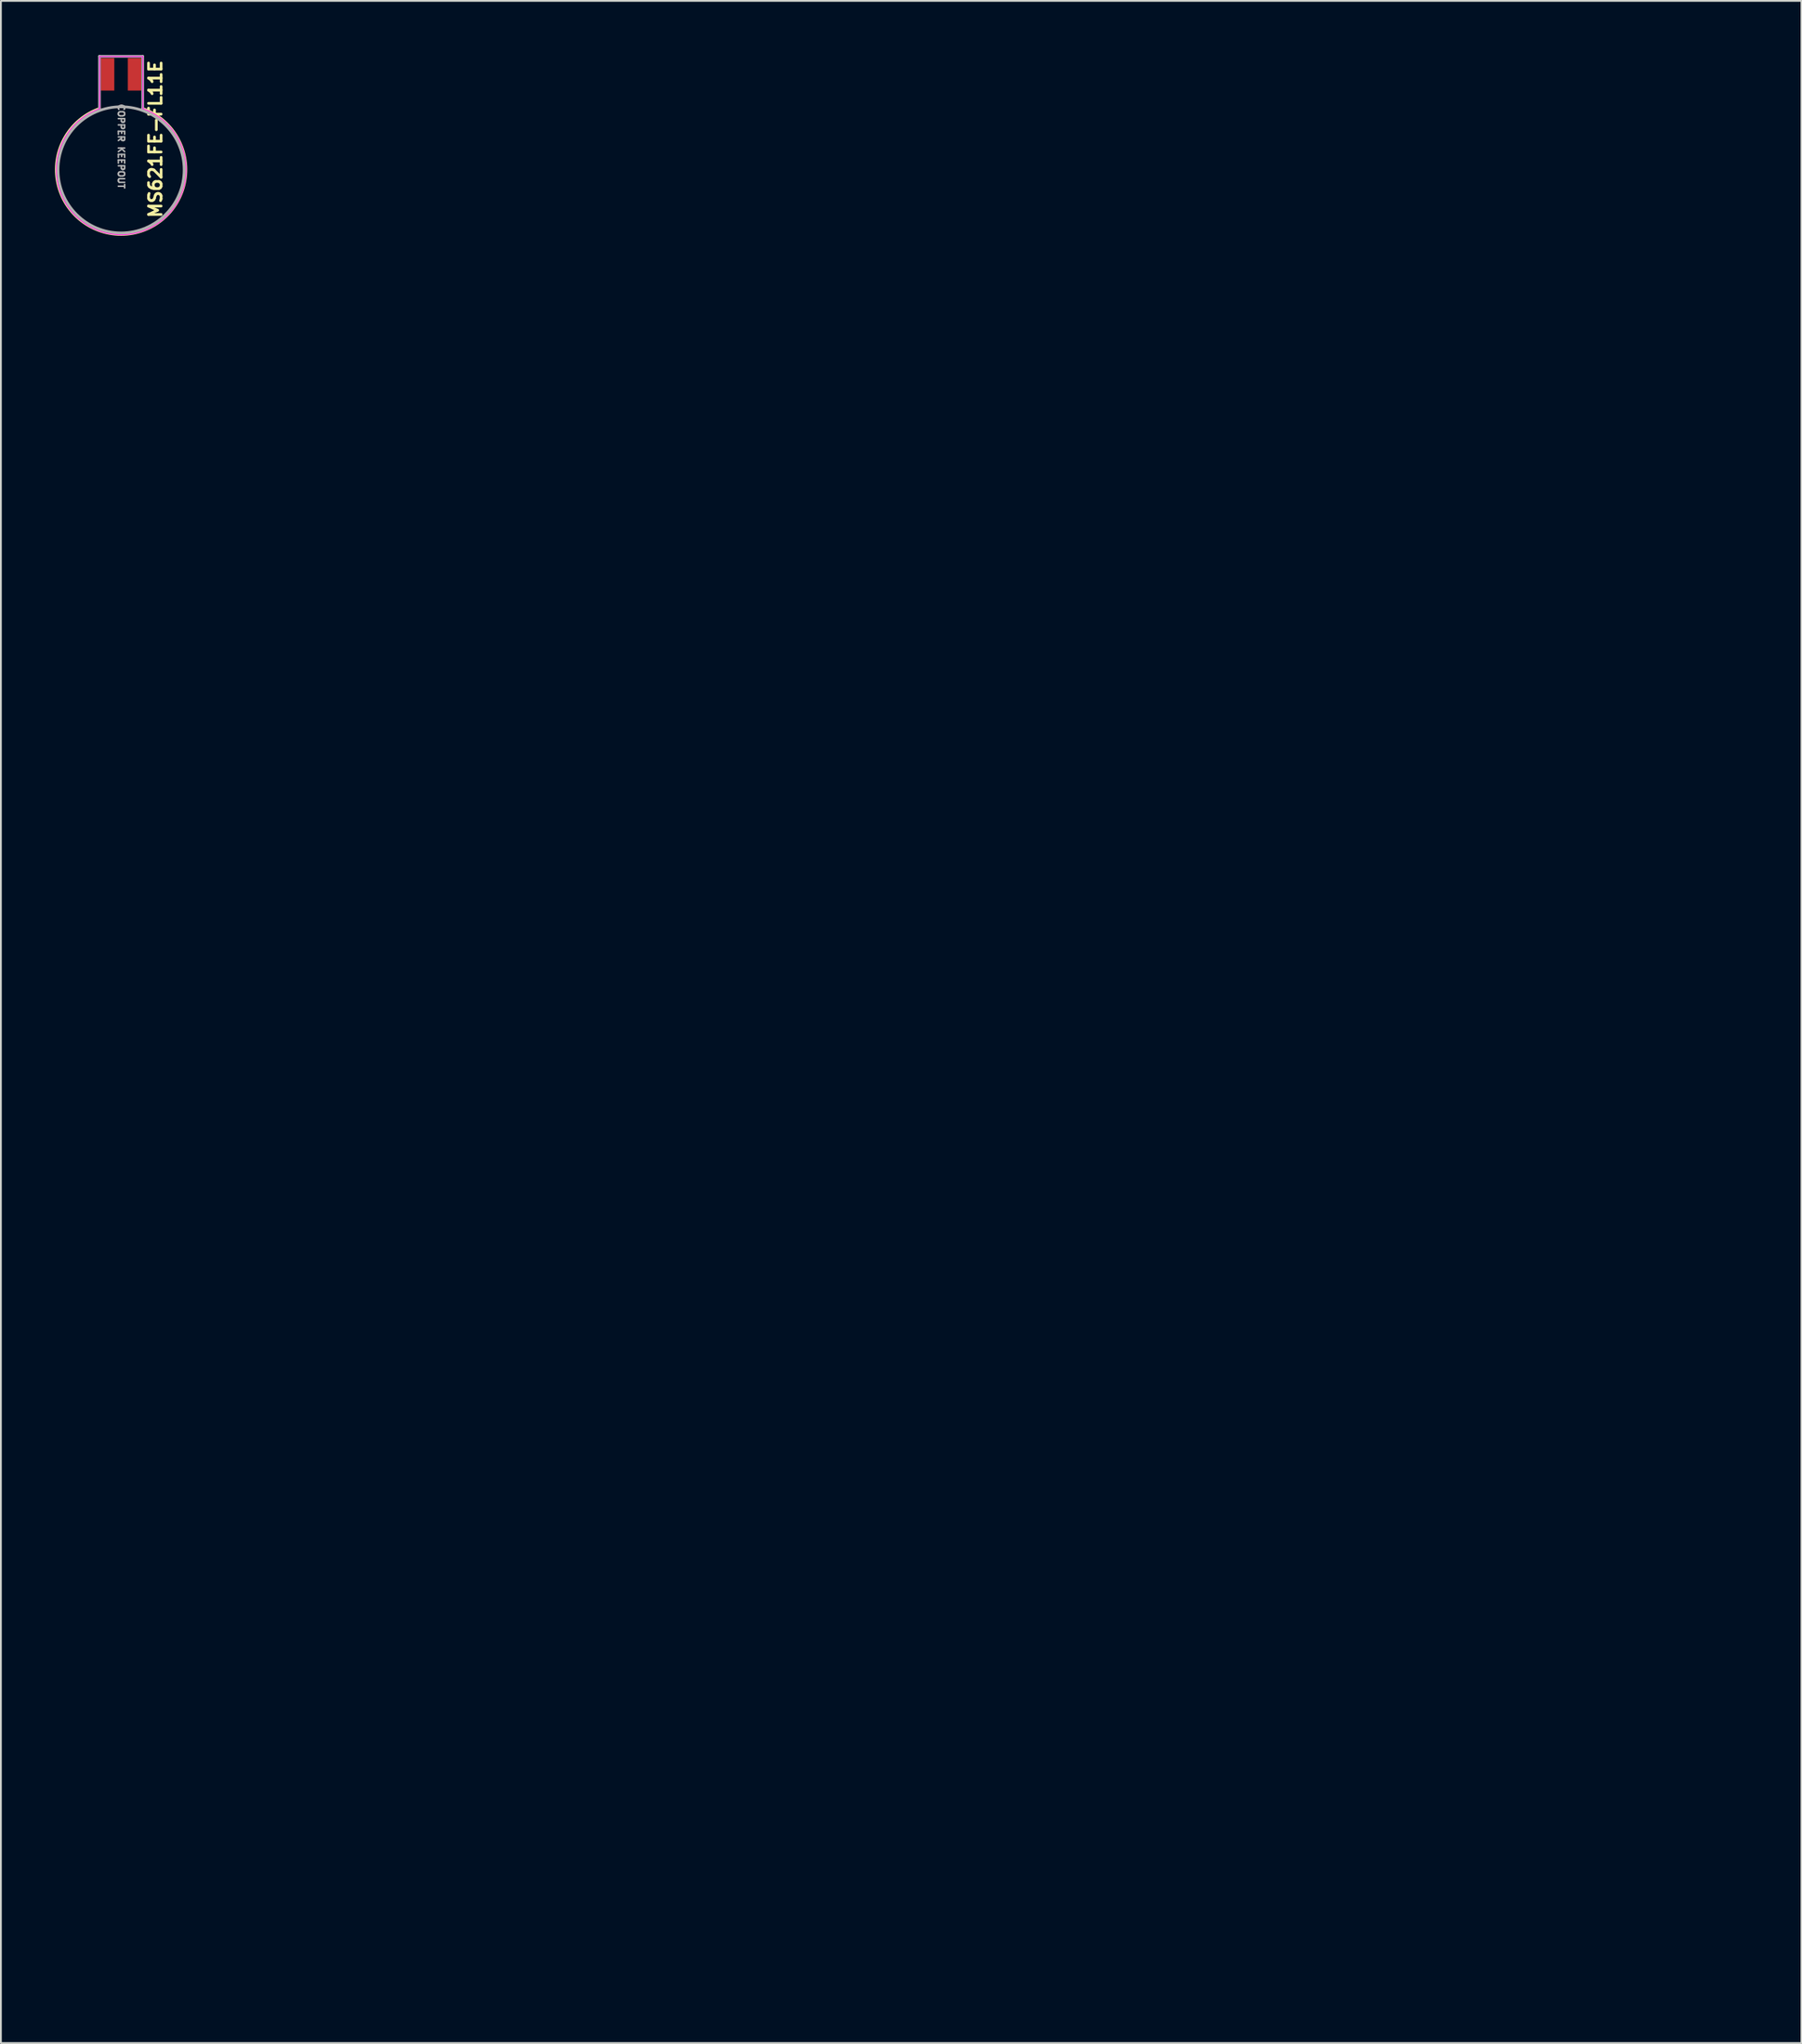
<source format=kicad_pcb>
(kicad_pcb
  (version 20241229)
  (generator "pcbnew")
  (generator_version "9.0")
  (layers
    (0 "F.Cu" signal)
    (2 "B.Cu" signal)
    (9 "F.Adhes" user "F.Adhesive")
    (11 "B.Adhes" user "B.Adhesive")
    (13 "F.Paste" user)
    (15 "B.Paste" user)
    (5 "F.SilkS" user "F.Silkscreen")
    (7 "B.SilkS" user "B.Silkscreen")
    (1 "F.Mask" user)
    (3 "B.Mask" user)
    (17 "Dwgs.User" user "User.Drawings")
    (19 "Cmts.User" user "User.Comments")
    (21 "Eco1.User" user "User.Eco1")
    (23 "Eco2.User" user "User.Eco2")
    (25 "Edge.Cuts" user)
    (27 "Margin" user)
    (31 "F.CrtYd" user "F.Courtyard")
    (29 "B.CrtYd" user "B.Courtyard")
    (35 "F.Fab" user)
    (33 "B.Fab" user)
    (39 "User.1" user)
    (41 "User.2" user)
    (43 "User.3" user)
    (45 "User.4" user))
  (footprint "MS621FE-FL11E"
    (layer "F.Cu")
    (at 3.67 5.124)
    (property "Reference" "MS621FE-FL11E" (at 2.315 -4.907 270) (layer "F.SilkS") (effects (font (size 0.7 0.7) (thickness 0.15)) (justify right bottom)))
    (attr smd)
    (fp_arc (start 1.2 -2.15) (mid 0 4.834) (end -1.2 -2.15) (stroke (width 0.15) (type solid)) (layer "F.SilkS"))
    (fp_line (start -1.191 -5.038) (end -1.191 -2.148) (stroke (width 0.05) (type solid)) (layer "F.CrtYd"))
    (fp_line (start 1.209 -5.038) (end -1.191 -5.038) (stroke (width 0.05) (type solid)) (layer "F.CrtYd"))
    (fp_line (start 1.209 -5.038) (end 1.209 -2.148) (stroke (width 0.05) (type solid)) (layer "F.CrtYd"))
    (fp_arc (start 1.209 -2.148) (mid 0.009 4.852014) (end -1.191 -2.148) (stroke (width 0.05) (type solid)) (layer "F.CrtYd"))
    (fp_line (start -1.2 -5.049) (end -1.2 -2.15) (stroke (width 0.15) (type solid)) (layer "F.Fab"))
    (fp_line (start 1.2 -5.049) (end -1.2 -5.049) (stroke (width 0.15) (type solid)) (layer "F.Fab"))
    (fp_line (start 1.2 -5.049) (end 1.2 -2.15) (stroke (width 0.15) (type solid)) (layer "F.Fab"))
    (fp_circle (center -0.001 1.25) (end -0.001 -2.25) (stroke (width 0.15) (type solid)) (fill no) (layer "F.Fab"))
    (fp_rect (start -3.4 -4.651) (end 3.398 4.648) (stroke (width 0.1) (type solid)) (fill no) (layer "User.5"))
    (fp_line (start -3.4 1.29) (end -3.395 1.443) (stroke (width 0.02) (type solid)) (layer "User.9"))
    (fp_line (start -3.399 1.136) (end -3.4 1.29) (stroke (width 0.02) (type solid)) (layer "User.9"))
    (fp_line (start -3.395 1.443) (end -3.383 1.598) (stroke (width 0.02) (type solid)) (layer "User.9"))
    (fp_line (start -3.391 0.983) (end -3.399 1.136) (stroke (width 0.02) (type solid)) (layer "User.9"))
    (fp_line (start -3.383 1.598) (end -3.363 1.755) (stroke (width 0.02) (type solid)) (layer "User.9"))
    (fp_line (start -3.375 0.832) (end -3.391 0.983) (stroke (width 0.02) (type solid)) (layer "User.9"))
    (fp_line (start -3.363 1.755) (end -3.363 1.755) (stroke (width 0.02) (type solid)) (layer "User.9"))
    (fp_line (start -3.363 1.755) (end -3.336 1.91) (stroke (width 0.02) (type solid)) (layer "User.9"))
    (fp_line (start -3.355 0.684) (end -3.375 0.832) (stroke (width 0.02) (type solid)) (layer "User.9"))
    (fp_line (start -3.336 1.91) (end -3.302 2.061) (stroke (width 0.02) (type solid)) (layer "User.9"))
    (fp_line (start -3.326 0.536) (end -3.355 0.684) (stroke (width 0.02) (type solid)) (layer "User.9"))
    (fp_line (start -3.302 2.061) (end -3.262 2.21) (stroke (width 0.02) (type solid)) (layer "User.9"))
    (fp_line (start -3.291 0.39) (end -3.326 0.536) (stroke (width 0.02) (type solid)) (layer "User.9"))
    (fp_line (start -3.262 2.21) (end -3.215 2.357) (stroke (width 0.02) (type solid)) (layer "User.9"))
    (fp_line (start -3.25 0.246) (end -3.291 0.39) (stroke (width 0.02) (type solid)) (layer "User.9"))
    (fp_line (start -3.215 2.357) (end -3.164 2.499) (stroke (width 0.02) (type solid)) (layer "User.9"))
    (fp_line (start -3.202 0.104) (end -3.25 0.246) (stroke (width 0.02) (type solid)) (layer "User.9"))
    (fp_line (start -3.164 2.499) (end -3.105 2.64) (stroke (width 0.02) (type solid)) (layer "User.9"))
    (fp_line (start -3.149 -0.035) (end -3.202 0.104) (stroke (width 0.02) (type solid)) (layer "User.9"))
    (fp_line (start -3.105 2.64) (end -3.04 2.776) (stroke (width 0.02) (type solid)) (layer "User.9"))
    (fp_line (start -3.09 -0.171) (end -3.149 -0.035) (stroke (width 0.02) (type solid)) (layer "User.9"))
    (fp_line (start -3.04 2.776) (end -2.968 2.909) (stroke (width 0.02) (type solid)) (layer "User.9"))
    (fp_line (start -3.025 -0.303) (end -3.09 -0.171) (stroke (width 0.02) (type solid)) (layer "User.9"))
    (fp_line (start -2.968 2.909) (end -2.892 3.038) (stroke (width 0.02) (type solid)) (layer "User.9"))
    (fp_line (start -2.956 -0.434) (end -3.025 -0.303) (stroke (width 0.02) (type solid)) (layer "User.9"))
    (fp_line (start -2.892 3.038) (end -2.811 3.164) (stroke (width 0.02) (type solid)) (layer "User.9"))
    (fp_line (start -2.879 -0.562) (end -2.956 -0.434) (stroke (width 0.02) (type solid)) (layer "User.9"))
    (fp_line (start -2.811 3.164) (end -2.725 3.285) (stroke (width 0.02) (type solid)) (layer "User.9"))
    (fp_line (start -2.798 -0.686) (end -2.879 -0.562) (stroke (width 0.02) (type solid)) (layer "User.9"))
    (fp_line (start -2.725 3.285) (end -2.633 3.402) (stroke (width 0.02) (type solid)) (layer "User.9"))
    (fp_line (start -2.71 -0.806) (end -2.798 -0.686) (stroke (width 0.02) (type solid)) (layer "User.9"))
    (fp_line (start -2.633 3.402) (end -2.536 3.515) (stroke (width 0.02) (type solid)) (layer "User.9"))
    (fp_line (start -2.618 -0.922) (end -2.71 -0.806) (stroke (width 0.02) (type solid)) (layer "User.9"))
    (fp_line (start -2.536 3.515) (end -2.436 3.623) (stroke (width 0.02) (type solid)) (layer "User.9"))
    (fp_line (start -2.521 -1.033) (end -2.618 -0.922) (stroke (width 0.02) (type solid)) (layer "User.9"))
    (fp_line (start -2.436 3.623) (end -2.33 3.726) (stroke (width 0.02) (type solid)) (layer "User.9"))
    (fp_line (start -2.419 -1.141) (end -2.521 -1.033) (stroke (width 0.02) (type solid)) (layer "User.9"))
    (fp_line (start -2.33 3.726) (end -2.219 3.825) (stroke (width 0.02) (type solid)) (layer "User.9"))
    (fp_line (start -2.311 -1.246) (end -2.419 -1.141) (stroke (width 0.02) (type solid)) (layer "User.9"))
    (fp_line (start -2.219 3.825) (end -2.105 3.919) (stroke (width 0.02) (type solid)) (layer "User.9"))
    (fp_line (start -2.201 -1.345) (end -2.311 -1.246) (stroke (width 0.02) (type solid)) (layer "User.9"))
    (fp_line (start -2.105 3.919) (end -1.986 4.009) (stroke (width 0.02) (type solid)) (layer "User.9"))
    (fp_line (start -2.084 -1.44) (end -2.201 -1.345) (stroke (width 0.02) (type solid)) (layer "User.9"))
    (fp_line (start -1.986 4.009) (end -1.865 4.094) (stroke (width 0.02) (type solid)) (layer "User.9"))
    (fp_line (start -1.962 -1.528) (end -2.084 -1.44) (stroke (width 0.02) (type solid)) (layer "User.9"))
    (fp_line (start -1.865 4.094) (end -1.738 4.171) (stroke (width 0.02) (type solid)) (layer "User.9"))
    (fp_line (start -1.837 -1.613) (end -1.962 -1.528) (stroke (width 0.02) (type solid)) (layer "User.9"))
    (fp_line (start -1.738 4.171) (end -1.609 4.246) (stroke (width 0.02) (type solid)) (layer "User.9"))
    (fp_line (start -1.708 -1.692) (end -1.837 -1.613) (stroke (width 0.02) (type solid)) (layer "User.9"))
    (fp_line (start -1.609 4.246) (end -1.476 4.312) (stroke (width 0.02) (type solid)) (layer "User.9"))
    (fp_line (start -1.575 -1.766) (end -1.708 -1.692) (stroke (width 0.02) (type solid)) (layer "User.9"))
    (fp_line (start -1.476 4.312) (end -1.339 4.374) (stroke (width 0.02) (type solid)) (layer "User.9"))
    (fp_line (start -1.436 -1.833) (end -1.575 -1.766) (stroke (width 0.02) (type solid)) (layer "User.9"))
    (fp_line (start -1.339 4.374) (end -1.2 4.43) (stroke (width 0.02) (type solid)) (layer "User.9"))
    (fp_line (start -1.295 -1.895) (end -1.436 -1.833) (stroke (width 0.02) (type solid)) (layer "User.9"))
    (fp_line (start -1.2 4.43) (end -1.059 4.48) (stroke (width 0.02) (type solid)) (layer "User.9"))
    (fp_line (start -1.149 -1.952) (end -1.295 -1.895) (stroke (width 0.02) (type solid)) (layer "User.9"))
    (fp_line (start -1.059 4.48) (end -0.915 4.525) (stroke (width 0.02) (type solid)) (layer "User.9"))
    (fp_line (start -1.002 -4.651) (end -1.002 -2.552) (stroke (width 0.02) (type solid)) (layer "User.9"))
    (fp_line (start -1.002 -2.552) (end -1.002 -2.456) (stroke (width 0.02) (type solid)) (layer "User.9"))
    (fp_line (start -1.002 -2.552) (end -0.501 -2.552) (stroke (width 0.02) (type solid)) (layer "User.9"))
    (fp_line (start -1.002 -2.456) (end -1.002 -2.456) (stroke (width 0.02) (type solid)) (layer "User.9"))
    (fp_line (start -1.002 -2.456) (end -1.002 -2.226) (stroke (width 0.02) (type solid)) (layer "User.9"))
    (fp_line (start -1.002 -2.226) (end -1.002 2.249) (stroke (width 0.02) (type solid)) (layer "User.9"))
    (fp_line (start -1.002 -2) (end -1.149 -1.952) (stroke (width 0.02) (type solid)) (layer "User.9"))
    (fp_line (start -1.002 2.249) (end 0.998 2.249) (stroke (width 0.02) (type solid)) (layer "User.9"))
    (fp_line (start -0.915 4.525) (end -0.767 4.562) (stroke (width 0.02) (type solid)) (layer "User.9"))
    (fp_line (start -0.767 4.562) (end -0.618 4.592) (stroke (width 0.02) (type solid)) (layer "User.9"))
    (fp_line (start -0.618 4.592) (end -0.467 4.618) (stroke (width 0.02) (type solid)) (layer "User.9"))
    (fp_line (start -0.501 -4.651) (end -1.002 -4.651) (stroke (width 0.02) (type solid)) (layer "User.9"))
    (fp_line (start -0.501 -2.552) (end -0.501 -4.651) (stroke (width 0.02) (type solid)) (layer "User.9"))
    (fp_line (start -0.467 4.618) (end -0.313 4.634) (stroke (width 0.02) (type solid)) (layer "User.9"))
    (fp_line (start -0.313 4.634) (end -0.157 4.645) (stroke (width 0.02) (type solid)) (layer "User.9"))
    (fp_line (start -0.157 4.645) (end -0.001 4.648) (stroke (width 0.02) (type solid)) (layer "User.9"))
    (fp_line (start -0.001 4.648) (end 0.174 4.645) (stroke (width 0.02) (type solid)) (layer "User.9"))
    (fp_line (start 0.174 4.645) (end 0.347 4.631) (stroke (width 0.02) (type solid)) (layer "User.9"))
    (fp_line (start 0.347 4.631) (end 0.517 4.61) (stroke (width 0.02) (type solid)) (layer "User.9"))
    (fp_line (start 0.498 -4.651) (end 0.498 -2.552) (stroke (width 0.02) (type solid)) (layer "User.9"))
    (fp_line (start 0.498 -2.552) (end 0.998 -2.552) (stroke (width 0.02) (type solid)) (layer "User.9"))
    (fp_line (start 0.517 4.61) (end 0.685 4.579) (stroke (width 0.02) (type solid)) (layer "User.9"))
    (fp_line (start 0.685 4.579) (end 0.848 4.541) (stroke (width 0.02) (type solid)) (layer "User.9"))
    (fp_line (start 0.848 4.541) (end 1.011 4.496) (stroke (width 0.02) (type solid)) (layer "User.9"))
    (fp_line (start 0.998 -4.651) (end 0.498 -4.651) (stroke (width 0.02) (type solid)) (layer "User.9"))
    (fp_line (start 0.998 -2.552) (end -1.002 -2.552) (stroke (width 0.02) (type solid)) (layer "User.9"))
    (fp_line (start 0.998 -2.552) (end 0.998 -4.651) (stroke (width 0.02) (type solid)) (layer "User.9"))
    (fp_line (start 0.998 -2.456) (end 0.998 -2.552) (stroke (width 0.02) (type solid)) (layer "User.9"))
    (fp_line (start 0.998 -2.456) (end 0.998 -2.456) (stroke (width 0.02) (type solid)) (layer "User.9"))
    (fp_line (start 0.998 -2.226) (end 0.998 -2.456) (stroke (width 0.02) (type solid)) (layer "User.9"))
    (fp_line (start 0.998 2.249) (end 0.998 -2.226) (stroke (width 0.02) (type solid)) (layer "User.9"))
    (fp_line (start 1.011 4.496) (end 1.169 4.443) (stroke (width 0.02) (type solid)) (layer "User.9"))
    (fp_line (start 1.132 -1.956) (end 0.998 -2) (stroke (width 0.02) (type solid)) (layer "User.9"))
    (fp_line (start 1.169 4.443) (end 1.322 4.381) (stroke (width 0.02) (type solid)) (layer "User.9"))
    (fp_line (start 1.261 -1.909) (end 1.132 -1.956) (stroke (width 0.02) (type solid)) (layer "User.9"))
    (fp_line (start 1.322 4.381) (end 1.473 4.313) (stroke (width 0.02) (type solid)) (layer "User.9"))
    (fp_line (start 1.473 4.313) (end 1.62 4.238) (stroke (width 0.02) (type solid)) (layer "User.9"))
    (fp_line (start 1.511 -1.797) (end 1.261 -1.909) (stroke (width 0.02) (type solid)) (layer "User.9"))
    (fp_line (start 1.62 4.238) (end 1.763 4.156) (stroke (width 0.02) (type solid)) (layer "User.9"))
    (fp_line (start 1.751 -1.666) (end 1.511 -1.797) (stroke (width 0.02) (type solid)) (layer "User.9"))
    (fp_line (start 1.763 4.156) (end 1.9 4.068) (stroke (width 0.02) (type solid)) (layer "User.9"))
    (fp_line (start 1.9 4.068) (end 2.034 3.974) (stroke (width 0.02) (type solid)) (layer "User.9"))
    (fp_line (start 1.975 -1.518) (end 1.751 -1.666) (stroke (width 0.02) (type solid)) (layer "User.9"))
    (fp_line (start 2.034 3.974) (end 2.161 3.873) (stroke (width 0.02) (type solid)) (layer "User.9"))
    (fp_line (start 2.161 3.873) (end 2.285 3.765) (stroke (width 0.02) (type solid)) (layer "User.9"))
    (fp_line (start 2.188 -1.353) (end 1.975 -1.518) (stroke (width 0.02) (type solid)) (layer "User.9"))
    (fp_line (start 2.285 3.765) (end 2.403 3.653) (stroke (width 0.02) (type solid)) (layer "User.9"))
    (fp_line (start 2.386 -1.174) (end 2.188 -1.353) (stroke (width 0.02) (type solid)) (layer "User.9"))
    (fp_line (start 2.403 3.653) (end 2.515 3.535) (stroke (width 0.02) (type solid)) (layer "User.9"))
    (fp_line (start 2.515 3.535) (end 2.623 3.411) (stroke (width 0.02) (type solid)) (layer "User.9"))
    (fp_line (start 2.568 -0.978) (end 2.386 -1.174) (stroke (width 0.02) (type solid)) (layer "User.9"))
    (fp_line (start 2.623 3.411) (end 2.724 3.284) (stroke (width 0.02) (type solid)) (layer "User.9"))
    (fp_line (start 2.724 3.284) (end 2.818 3.149) (stroke (width 0.02) (type solid)) (layer "User.9"))
    (fp_line (start 2.733 -0.771) (end 2.568 -0.978) (stroke (width 0.02) (type solid)) (layer "User.9"))
    (fp_line (start 2.818 3.149) (end 2.906 3.012) (stroke (width 0.02) (type solid)) (layer "User.9"))
    (fp_line (start 2.883 -0.551) (end 2.733 -0.771) (stroke (width 0.02) (type solid)) (layer "User.9"))
    (fp_line (start 2.906 3.012) (end 2.988 2.87) (stroke (width 0.02) (type solid)) (layer "User.9"))
    (fp_line (start 2.988 2.87) (end 3.063 2.724) (stroke (width 0.02) (type solid)) (layer "User.9"))
    (fp_line (start 3.015 -0.319) (end 2.883 -0.551) (stroke (width 0.02) (type solid)) (layer "User.9"))
    (fp_line (start 3.063 2.724) (end 3.132 2.572) (stroke (width 0.02) (type solid)) (layer "User.9"))
    (fp_line (start 3.129 -0.077) (end 3.015 -0.319) (stroke (width 0.02) (type solid)) (layer "User.9"))
    (fp_line (start 3.132 2.572) (end 3.192 2.418) (stroke (width 0.02) (type solid)) (layer "User.9"))
    (fp_line (start 3.192 2.418) (end 3.246 2.261) (stroke (width 0.02) (type solid)) (layer "User.9"))
    (fp_line (start 3.225 0.174) (end 3.129 -0.077) (stroke (width 0.02) (type solid)) (layer "User.9"))
    (fp_line (start 3.246 2.261) (end 3.292 2.099) (stroke (width 0.02) (type solid)) (layer "User.9"))
    (fp_line (start 3.292 2.099) (end 3.33 1.935) (stroke (width 0.02) (type solid)) (layer "User.9"))
    (fp_line (start 3.3 0.432) (end 3.225 0.174) (stroke (width 0.02) (type solid)) (layer "User.9"))
    (fp_line (start 3.33 1.935) (end 3.359 1.767) (stroke (width 0.02) (type solid)) (layer "User.9"))
    (fp_line (start 3.354 0.699) (end 3.3 0.432) (stroke (width 0.02) (type solid)) (layer "User.9"))
    (fp_line (start 3.359 1.767) (end 3.382 1.596) (stroke (width 0.02) (type solid)) (layer "User.9"))
    (fp_line (start 3.382 1.596) (end 3.394 1.423) (stroke (width 0.02) (type solid)) (layer "User.9"))
    (fp_line (start 3.387 0.971) (end 3.354 0.699) (stroke (width 0.02) (type solid)) (layer "User.9"))
    (fp_line (start 3.394 1.423) (end 3.398 1.249) (stroke (width 0.02) (type solid)) (layer "User.9"))
    (fp_line (start 3.397 1.11) (end 3.387 0.971) (stroke (width 0.02) (type solid)) (layer "User.9"))
    (fp_line (start 3.398 1.249) (end 3.397 1.11) (stroke (width 0.02) (type solid)) (layer "User.9"))
    (fp_text user "COPPER KEEPOUT" (at -0.2 -2.45 270) (unlocked yes) (layer "F.Fab") (effects (font (size 0.35 0.35) (thickness 0.087)) (justify left bottom)))
    (pad "+" smd rect (at -0.751 -4.049 270) (size 1.8 0.75) (layers "F.Cu" "F.Mask" "F.Paste"))
    (pad "-" smd rect (at 0.749 -4.049 270) (size 1.8 0.75) (layers "F.Cu" "F.Mask" "F.Paste"))
    (zone (net_name "") (layers "F.Cu" "F.CrtYd") (hatch edge 0.508) (connect_pads) (min_thickness 0.254) (filled_areas_thickness no) (keepout (tracks allowed) (vias not_allowed) (pads not_allowed) (copperpour not_allowed) (footprints allowed)) (placement (enabled no)) (fill) (polygon (pts (xy 91.619 107.315) (xy 91.619 101.675) (xy 93.919 101.675) (xy 93.919 107.315)))))
  (gr_rect
    (start -3 -3)
    (end 96.919 110.315)
    (stroke (width 0.1) (type default))
    (fill no)
    (layer "Edge.Cuts")))
</source>
